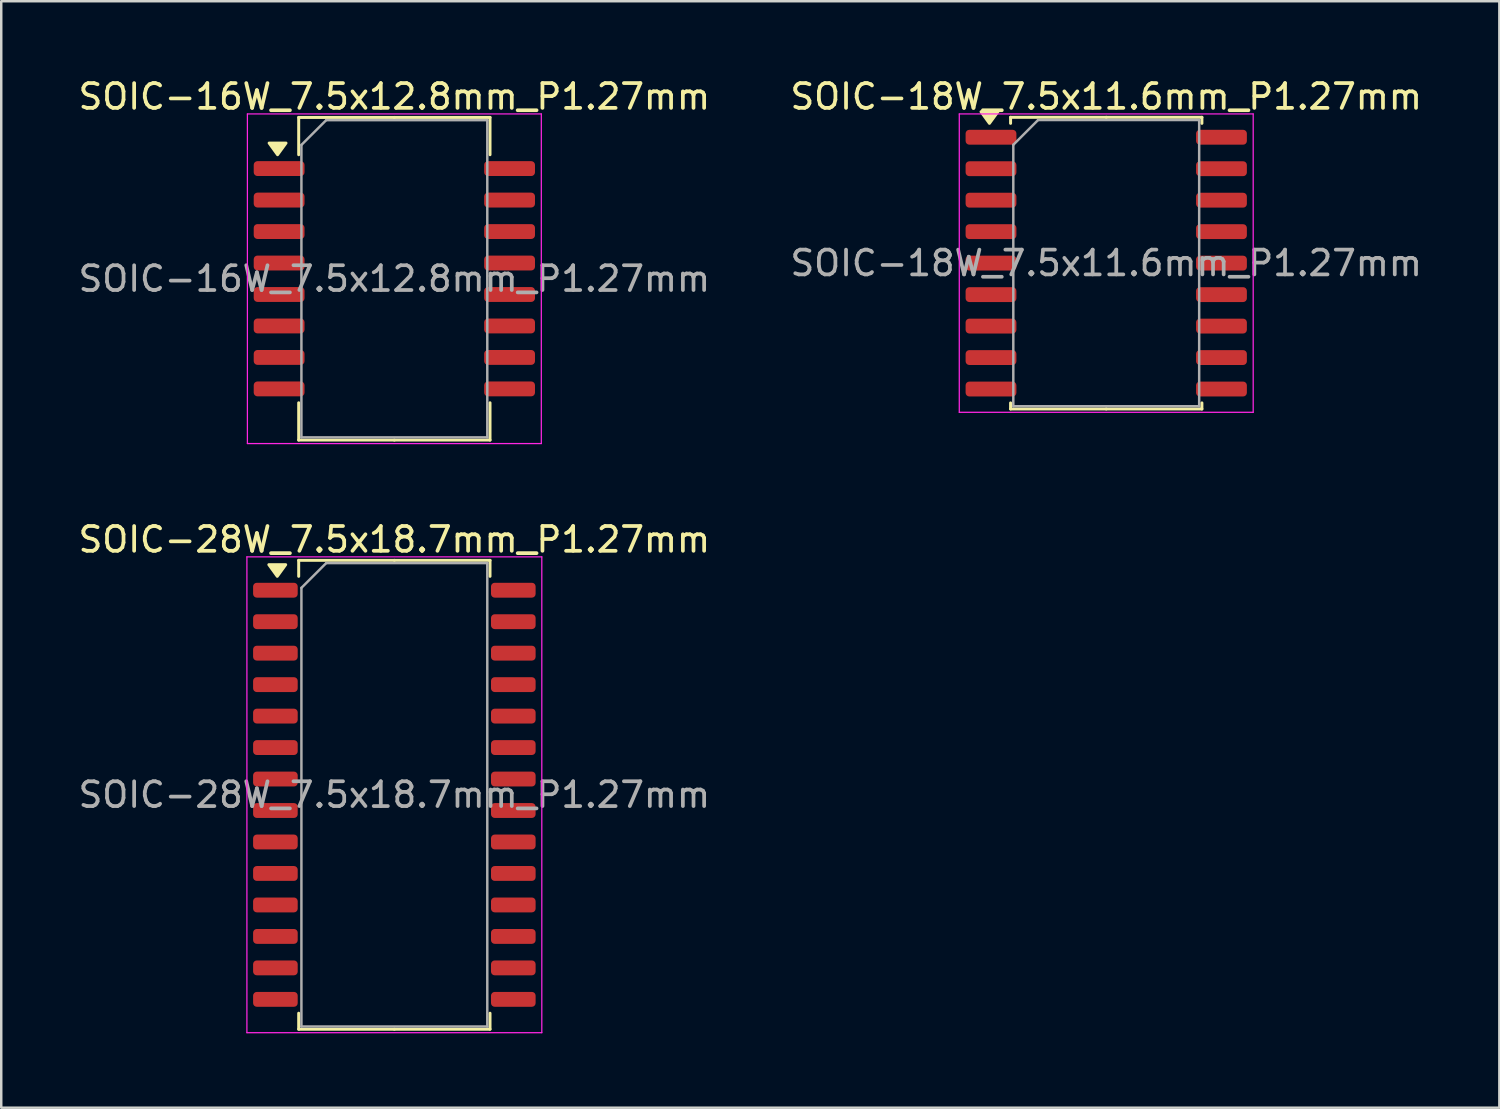
<source format=kicad_pcb>
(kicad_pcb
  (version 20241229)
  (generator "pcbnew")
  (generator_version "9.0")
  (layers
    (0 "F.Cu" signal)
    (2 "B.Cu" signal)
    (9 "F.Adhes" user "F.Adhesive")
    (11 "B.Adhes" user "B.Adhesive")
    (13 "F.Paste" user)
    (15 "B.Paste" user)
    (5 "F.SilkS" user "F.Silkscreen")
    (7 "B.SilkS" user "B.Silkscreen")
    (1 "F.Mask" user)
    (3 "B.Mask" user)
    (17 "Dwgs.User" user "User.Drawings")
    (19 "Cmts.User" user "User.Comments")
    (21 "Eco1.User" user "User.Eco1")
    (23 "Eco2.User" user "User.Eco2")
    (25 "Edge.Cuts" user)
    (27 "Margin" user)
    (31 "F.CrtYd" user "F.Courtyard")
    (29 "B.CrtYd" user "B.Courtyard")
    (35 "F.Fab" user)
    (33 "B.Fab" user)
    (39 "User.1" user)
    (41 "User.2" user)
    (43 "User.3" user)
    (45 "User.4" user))
  (footprint "SOIC-18W_7.5x11.6mm_P1.27mm"
    (layer "F.Cu")
    (at 41.589 7.568)
    (property "Reference" "SOIC-18W_7.5x11.6mm_P1.27mm" (at 0 -6.72 0) (layer "F.SilkS") (effects (font (size 1 1) (thickness 0.15))))
    (attr smd)
    (fp_line (start -3.86 -5.885) (end -3.86 -5.64) (stroke (width 0.12) (type solid)) (layer "F.SilkS"))
    (fp_line (start -3.86 5.885) (end -3.86 5.64) (stroke (width 0.12) (type solid)) (layer "F.SilkS"))
    (fp_line (start 0 -5.885) (end -3.86 -5.885) (stroke (width 0.12) (type solid)) (layer "F.SilkS"))
    (fp_line (start 0 -5.885) (end 3.86 -5.885) (stroke (width 0.12) (type solid)) (layer "F.SilkS"))
    (fp_line (start 0 5.885) (end -3.86 5.885) (stroke (width 0.12) (type solid)) (layer "F.SilkS"))
    (fp_line (start 0 5.885) (end 3.86 5.885) (stroke (width 0.12) (type solid)) (layer "F.SilkS"))
    (fp_line (start 3.86 -5.885) (end 3.86 -5.64) (stroke (width 0.12) (type solid)) (layer "F.SilkS"))
    (fp_line (start 3.86 5.885) (end 3.86 5.64) (stroke (width 0.12) (type solid)) (layer "F.SilkS"))
    (fp_poly (pts (xy -4.713 -5.64) (xy -5.053 -6.11) (xy -4.372 -6.11) (xy -4.713 -5.64)) (stroke (width 0.12) (type solid)) (fill yes) (layer "F.SilkS"))
    (fp_line (start -5.93 -6.02) (end -5.93 6.02) (stroke (width 0.05) (type solid)) (layer "F.CrtYd"))
    (fp_line (start -5.93 6.02) (end 5.93 6.02) (stroke (width 0.05) (type solid)) (layer "F.CrtYd"))
    (fp_line (start 5.93 -6.02) (end -5.93 -6.02) (stroke (width 0.05) (type solid)) (layer "F.CrtYd"))
    (fp_line (start 5.93 6.02) (end 5.93 -6.02) (stroke (width 0.05) (type solid)) (layer "F.CrtYd"))
    (fp_line (start -3.75 -4.775) (end -2.75 -5.775) (stroke (width 0.1) (type solid)) (layer "F.Fab"))
    (fp_line (start -3.75 5.775) (end -3.75 -4.775) (stroke (width 0.1) (type solid)) (layer "F.Fab"))
    (fp_line (start -2.75 -5.775) (end 3.75 -5.775) (stroke (width 0.1) (type solid)) (layer "F.Fab"))
    (fp_line (start 3.75 -5.775) (end 3.75 5.775) (stroke (width 0.1) (type solid)) (layer "F.Fab"))
    (fp_line (start 3.75 5.775) (end -3.75 5.775) (stroke (width 0.1) (type solid)) (layer "F.Fab"))
    (fp_text user "${REFERENCE}" (at 0 0 0) (layer "F.Fab") (effects (font (size 1 1) (thickness 0.15))))
    (pad "1" smd roundrect (at -4.65 -5.08) (size 2.05 0.6) (layers "F.Cu" "F.Mask" "F.Paste") (roundrect_rratio 0.25))
    (pad "2" smd roundrect (at -4.65 -3.81) (size 2.05 0.6) (layers "F.Cu" "F.Mask" "F.Paste") (roundrect_rratio 0.25))
    (pad "3" smd roundrect (at -4.65 -2.54) (size 2.05 0.6) (layers "F.Cu" "F.Mask" "F.Paste") (roundrect_rratio 0.25))
    (pad "4" smd roundrect (at -4.65 -1.27) (size 2.05 0.6) (layers "F.Cu" "F.Mask" "F.Paste") (roundrect_rratio 0.25))
    (pad "5" smd roundrect (at -4.65 0) (size 2.05 0.6) (layers "F.Cu" "F.Mask" "F.Paste") (roundrect_rratio 0.25))
    (pad "6" smd roundrect (at -4.65 1.27) (size 2.05 0.6) (layers "F.Cu" "F.Mask" "F.Paste") (roundrect_rratio 0.25))
    (pad "7" smd roundrect (at -4.65 2.54) (size 2.05 0.6) (layers "F.Cu" "F.Mask" "F.Paste") (roundrect_rratio 0.25))
    (pad "8" smd roundrect (at -4.65 3.81) (size 2.05 0.6) (layers "F.Cu" "F.Mask" "F.Paste") (roundrect_rratio 0.25))
    (pad "9" smd roundrect (at -4.65 5.08) (size 2.05 0.6) (layers "F.Cu" "F.Mask" "F.Paste") (roundrect_rratio 0.25))
    (pad "10" smd roundrect (at 4.65 5.08) (size 2.05 0.6) (layers "F.Cu" "F.Mask" "F.Paste") (roundrect_rratio 0.25))
    (pad "11" smd roundrect (at 4.65 3.81) (size 2.05 0.6) (layers "F.Cu" "F.Mask" "F.Paste") (roundrect_rratio 0.25))
    (pad "12" smd roundrect (at 4.65 2.54) (size 2.05 0.6) (layers "F.Cu" "F.Mask" "F.Paste") (roundrect_rratio 0.25))
    (pad "13" smd roundrect (at 4.65 1.27) (size 2.05 0.6) (layers "F.Cu" "F.Mask" "F.Paste") (roundrect_rratio 0.25))
    (pad "14" smd roundrect (at 4.65 0) (size 2.05 0.6) (layers "F.Cu" "F.Mask" "F.Paste") (roundrect_rratio 0.25))
    (pad "15" smd roundrect (at 4.65 -1.27) (size 2.05 0.6) (layers "F.Cu" "F.Mask" "F.Paste") (roundrect_rratio 0.25))
    (pad "16" smd roundrect (at 4.65 -2.54) (size 2.05 0.6) (layers "F.Cu" "F.Mask" "F.Paste") (roundrect_rratio 0.25))
    (pad "17" smd roundrect (at 4.65 -3.81) (size 2.05 0.6) (layers "F.Cu" "F.Mask" "F.Paste") (roundrect_rratio 0.25))
    (pad "18" smd roundrect (at 4.65 -5.08) (size 2.05 0.6) (layers "F.Cu" "F.Mask" "F.Paste") (roundrect_rratio 0.25)))
  (footprint "SOIC-28W_7.5x18.7mm_P1.27mm"
    (layer "F.Cu")
    (at 12.863 29.021)
    (property "Reference" "SOIC-28W_7.5x18.7mm_P1.27mm" (at 0 -10.3 0) (layer "F.SilkS") (effects (font (size 1 1) (thickness 0.15))))
    (attr smd)
    (fp_line (start -3.86 -9.46) (end -3.86 -8.815) (stroke (width 0.12) (type solid)) (layer "F.SilkS"))
    (fp_line (start -3.86 9.46) (end -3.86 8.815) (stroke (width 0.12) (type solid)) (layer "F.SilkS"))
    (fp_line (start 0 -9.46) (end -3.86 -9.46) (stroke (width 0.12) (type solid)) (layer "F.SilkS"))
    (fp_line (start 0 -9.46) (end 3.86 -9.46) (stroke (width 0.12) (type solid)) (layer "F.SilkS"))
    (fp_line (start 0 9.46) (end -3.86 9.46) (stroke (width 0.12) (type solid)) (layer "F.SilkS"))
    (fp_line (start 0 9.46) (end 3.86 9.46) (stroke (width 0.12) (type solid)) (layer "F.SilkS"))
    (fp_line (start 3.86 -9.46) (end 3.86 -8.815) (stroke (width 0.12) (type solid)) (layer "F.SilkS"))
    (fp_line (start 3.86 9.46) (end 3.86 8.815) (stroke (width 0.12) (type solid)) (layer "F.SilkS"))
    (fp_poly (pts (xy -4.725 -8.815) (xy -5.065 -9.285) (xy -4.385 -9.285) (xy -4.725 -8.815)) (stroke (width 0.12) (type solid)) (fill yes) (layer "F.SilkS"))
    (fp_line (start -5.95 -9.6) (end -5.95 9.6) (stroke (width 0.05) (type solid)) (layer "F.CrtYd"))
    (fp_line (start -5.95 9.6) (end 5.95 9.6) (stroke (width 0.05) (type solid)) (layer "F.CrtYd"))
    (fp_line (start 5.95 -9.6) (end -5.95 -9.6) (stroke (width 0.05) (type solid)) (layer "F.CrtYd"))
    (fp_line (start 5.95 9.6) (end 5.95 -9.6) (stroke (width 0.05) (type solid)) (layer "F.CrtYd"))
    (fp_line (start -3.75 -8.35) (end -2.75 -9.35) (stroke (width 0.1) (type solid)) (layer "F.Fab"))
    (fp_line (start -3.75 9.35) (end -3.75 -8.35) (stroke (width 0.1) (type solid)) (layer "F.Fab"))
    (fp_line (start -2.75 -9.35) (end 3.75 -9.35) (stroke (width 0.1) (type solid)) (layer "F.Fab"))
    (fp_line (start 3.75 -9.35) (end 3.75 9.35) (stroke (width 0.1) (type solid)) (layer "F.Fab"))
    (fp_line (start 3.75 9.35) (end -3.75 9.35) (stroke (width 0.1) (type solid)) (layer "F.Fab"))
    (fp_text user "${REFERENCE}" (at 0 0 0) (layer "F.Fab") (effects (font (size 1 1) (thickness 0.15))))
    (pad "1" smd roundrect (at -4.8 -8.255) (size 1.8 0.6) (layers "F.Cu" "F.Mask" "F.Paste") (roundrect_rratio 0.25))
    (pad "2" smd roundrect (at -4.8 -6.985) (size 1.8 0.6) (layers "F.Cu" "F.Mask" "F.Paste") (roundrect_rratio 0.25))
    (pad "3" smd roundrect (at -4.8 -5.715) (size 1.8 0.6) (layers "F.Cu" "F.Mask" "F.Paste") (roundrect_rratio 0.25))
    (pad "4" smd roundrect (at -4.8 -4.445) (size 1.8 0.6) (layers "F.Cu" "F.Mask" "F.Paste") (roundrect_rratio 0.25))
    (pad "5" smd roundrect (at -4.8 -3.175) (size 1.8 0.6) (layers "F.Cu" "F.Mask" "F.Paste") (roundrect_rratio 0.25))
    (pad "6" smd roundrect (at -4.8 -1.905) (size 1.8 0.6) (layers "F.Cu" "F.Mask" "F.Paste") (roundrect_rratio 0.25))
    (pad "7" smd roundrect (at -4.8 -0.635) (size 1.8 0.6) (layers "F.Cu" "F.Mask" "F.Paste") (roundrect_rratio 0.25))
    (pad "8" smd roundrect (at -4.8 0.635) (size 1.8 0.6) (layers "F.Cu" "F.Mask" "F.Paste") (roundrect_rratio 0.25))
    (pad "9" smd roundrect (at -4.8 1.905) (size 1.8 0.6) (layers "F.Cu" "F.Mask" "F.Paste") (roundrect_rratio 0.25))
    (pad "10" smd roundrect (at -4.8 3.175) (size 1.8 0.6) (layers "F.Cu" "F.Mask" "F.Paste") (roundrect_rratio 0.25))
    (pad "11" smd roundrect (at -4.8 4.445) (size 1.8 0.6) (layers "F.Cu" "F.Mask" "F.Paste") (roundrect_rratio 0.25))
    (pad "12" smd roundrect (at -4.8 5.715) (size 1.8 0.6) (layers "F.Cu" "F.Mask" "F.Paste") (roundrect_rratio 0.25))
    (pad "13" smd roundrect (at -4.8 6.985) (size 1.8 0.6) (layers "F.Cu" "F.Mask" "F.Paste") (roundrect_rratio 0.25))
    (pad "14" smd roundrect (at -4.8 8.255) (size 1.8 0.6) (layers "F.Cu" "F.Mask" "F.Paste") (roundrect_rratio 0.25))
    (pad "15" smd roundrect (at 4.8 8.255) (size 1.8 0.6) (layers "F.Cu" "F.Mask" "F.Paste") (roundrect_rratio 0.25))
    (pad "16" smd roundrect (at 4.8 6.985) (size 1.8 0.6) (layers "F.Cu" "F.Mask" "F.Paste") (roundrect_rratio 0.25))
    (pad "17" smd roundrect (at 4.8 5.715) (size 1.8 0.6) (layers "F.Cu" "F.Mask" "F.Paste") (roundrect_rratio 0.25))
    (pad "18" smd roundrect (at 4.8 4.445) (size 1.8 0.6) (layers "F.Cu" "F.Mask" "F.Paste") (roundrect_rratio 0.25))
    (pad "19" smd roundrect (at 4.8 3.175) (size 1.8 0.6) (layers "F.Cu" "F.Mask" "F.Paste") (roundrect_rratio 0.25))
    (pad "20" smd roundrect (at 4.8 1.905) (size 1.8 0.6) (layers "F.Cu" "F.Mask" "F.Paste") (roundrect_rratio 0.25))
    (pad "21" smd roundrect (at 4.8 0.635) (size 1.8 0.6) (layers "F.Cu" "F.Mask" "F.Paste") (roundrect_rratio 0.25))
    (pad "22" smd roundrect (at 4.8 -0.635) (size 1.8 0.6) (layers "F.Cu" "F.Mask" "F.Paste") (roundrect_rratio 0.25))
    (pad "23" smd roundrect (at 4.8 -1.905) (size 1.8 0.6) (layers "F.Cu" "F.Mask" "F.Paste") (roundrect_rratio 0.25))
    (pad "24" smd roundrect (at 4.8 -3.175) (size 1.8 0.6) (layers "F.Cu" "F.Mask" "F.Paste") (roundrect_rratio 0.25))
    (pad "25" smd roundrect (at 4.8 -4.445) (size 1.8 0.6) (layers "F.Cu" "F.Mask" "F.Paste") (roundrect_rratio 0.25))
    (pad "26" smd roundrect (at 4.8 -5.715) (size 1.8 0.6) (layers "F.Cu" "F.Mask" "F.Paste") (roundrect_rratio 0.25))
    (pad "27" smd roundrect (at 4.8 -6.985) (size 1.8 0.6) (layers "F.Cu" "F.Mask" "F.Paste") (roundrect_rratio 0.25))
    (pad "28" smd roundrect (at 4.8 -8.255) (size 1.8 0.6) (layers "F.Cu" "F.Mask" "F.Paste") (roundrect_rratio 0.25)))
  (footprint "SOIC-16W_7.5x12.8mm_P1.27mm"
    (layer "F.Cu")
    (at 12.863 8.198)
    (property "Reference" "SOIC-16W_7.5x12.8mm_P1.27mm" (at 0 -7.35 0) (layer "F.SilkS") (effects (font (size 1 1) (thickness 0.15))))
    (attr smd)
    (fp_line (start -3.86 -6.51) (end -3.86 -5.005) (stroke (width 0.12) (type solid)) (layer "F.SilkS"))
    (fp_line (start -3.86 6.51) (end -3.86 5.005) (stroke (width 0.12) (type solid)) (layer "F.SilkS"))
    (fp_line (start 0 -6.51) (end -3.86 -6.51) (stroke (width 0.12) (type solid)) (layer "F.SilkS"))
    (fp_line (start 0 -6.51) (end 3.86 -6.51) (stroke (width 0.12) (type solid)) (layer "F.SilkS"))
    (fp_line (start 0 6.51) (end -3.86 6.51) (stroke (width 0.12) (type solid)) (layer "F.SilkS"))
    (fp_line (start 0 6.51) (end 3.86 6.51) (stroke (width 0.12) (type solid)) (layer "F.SilkS"))
    (fp_line (start 3.86 -6.51) (end 3.86 -5.005) (stroke (width 0.12) (type solid)) (layer "F.SilkS"))
    (fp_line (start 3.86 6.51) (end 3.86 5.005) (stroke (width 0.12) (type solid)) (layer "F.SilkS"))
    (fp_poly (pts (xy -4.713 -5.005) (xy -5.053 -5.475) (xy -4.372 -5.475) (xy -4.713 -5.005)) (stroke (width 0.12) (type solid)) (fill yes) (layer "F.SilkS"))
    (fp_line (start -5.93 -6.65) (end -5.93 6.65) (stroke (width 0.05) (type solid)) (layer "F.CrtYd"))
    (fp_line (start -5.93 6.65) (end 5.93 6.65) (stroke (width 0.05) (type solid)) (layer "F.CrtYd"))
    (fp_line (start 5.93 -6.65) (end -5.93 -6.65) (stroke (width 0.05) (type solid)) (layer "F.CrtYd"))
    (fp_line (start 5.93 6.65) (end 5.93 -6.65) (stroke (width 0.05) (type solid)) (layer "F.CrtYd"))
    (fp_line (start -3.75 -5.4) (end -2.75 -6.4) (stroke (width 0.1) (type solid)) (layer "F.Fab"))
    (fp_line (start -3.75 6.4) (end -3.75 -5.4) (stroke (width 0.1) (type solid)) (layer "F.Fab"))
    (fp_line (start -2.75 -6.4) (end 3.75 -6.4) (stroke (width 0.1) (type solid)) (layer "F.Fab"))
    (fp_line (start 3.75 -6.4) (end 3.75 6.4) (stroke (width 0.1) (type solid)) (layer "F.Fab"))
    (fp_line (start 3.75 6.4) (end -3.75 6.4) (stroke (width 0.1) (type solid)) (layer "F.Fab"))
    (fp_text user "${REFERENCE}" (at 0 0 0) (layer "F.Fab") (effects (font (size 1 1) (thickness 0.15))))
    (pad "1" smd roundrect (at -4.65 -4.445) (size 2.05 0.6) (layers "F.Cu" "F.Mask" "F.Paste") (roundrect_rratio 0.25))
    (pad "2" smd roundrect (at -4.65 -3.175) (size 2.05 0.6) (layers "F.Cu" "F.Mask" "F.Paste") (roundrect_rratio 0.25))
    (pad "3" smd roundrect (at -4.65 -1.905) (size 2.05 0.6) (layers "F.Cu" "F.Mask" "F.Paste") (roundrect_rratio 0.25))
    (pad "4" smd roundrect (at -4.65 -0.635) (size 2.05 0.6) (layers "F.Cu" "F.Mask" "F.Paste") (roundrect_rratio 0.25))
    (pad "5" smd roundrect (at -4.65 0.635) (size 2.05 0.6) (layers "F.Cu" "F.Mask" "F.Paste") (roundrect_rratio 0.25))
    (pad "6" smd roundrect (at -4.65 1.905) (size 2.05 0.6) (layers "F.Cu" "F.Mask" "F.Paste") (roundrect_rratio 0.25))
    (pad "7" smd roundrect (at -4.65 3.175) (size 2.05 0.6) (layers "F.Cu" "F.Mask" "F.Paste") (roundrect_rratio 0.25))
    (pad "8" smd roundrect (at -4.65 4.445) (size 2.05 0.6) (layers "F.Cu" "F.Mask" "F.Paste") (roundrect_rratio 0.25))
    (pad "9" smd roundrect (at 4.65 4.445) (size 2.05 0.6) (layers "F.Cu" "F.Mask" "F.Paste") (roundrect_rratio 0.25))
    (pad "10" smd roundrect (at 4.65 3.175) (size 2.05 0.6) (layers "F.Cu" "F.Mask" "F.Paste") (roundrect_rratio 0.25))
    (pad "11" smd roundrect (at 4.65 1.905) (size 2.05 0.6) (layers "F.Cu" "F.Mask" "F.Paste") (roundrect_rratio 0.25))
    (pad "12" smd roundrect (at 4.65 0.635) (size 2.05 0.6) (layers "F.Cu" "F.Mask" "F.Paste") (roundrect_rratio 0.25))
    (pad "13" smd roundrect (at 4.65 -0.635) (size 2.05 0.6) (layers "F.Cu" "F.Mask" "F.Paste") (roundrect_rratio 0.25))
    (pad "14" smd roundrect (at 4.65 -1.905) (size 2.05 0.6) (layers "F.Cu" "F.Mask" "F.Paste") (roundrect_rratio 0.25))
    (pad "15" smd roundrect (at 4.65 -3.175) (size 2.05 0.6) (layers "F.Cu" "F.Mask" "F.Paste") (roundrect_rratio 0.25))
    (pad "16" smd roundrect (at 4.65 -4.445) (size 2.05 0.6) (layers "F.Cu" "F.Mask" "F.Paste") (roundrect_rratio 0.25)))
  (gr_rect
    (start -3 -3)
    (end 57.452 41.647)
    (stroke (width 0.1) (type default))
    (fill no)
    (layer "Edge.Cuts")))
</source>
